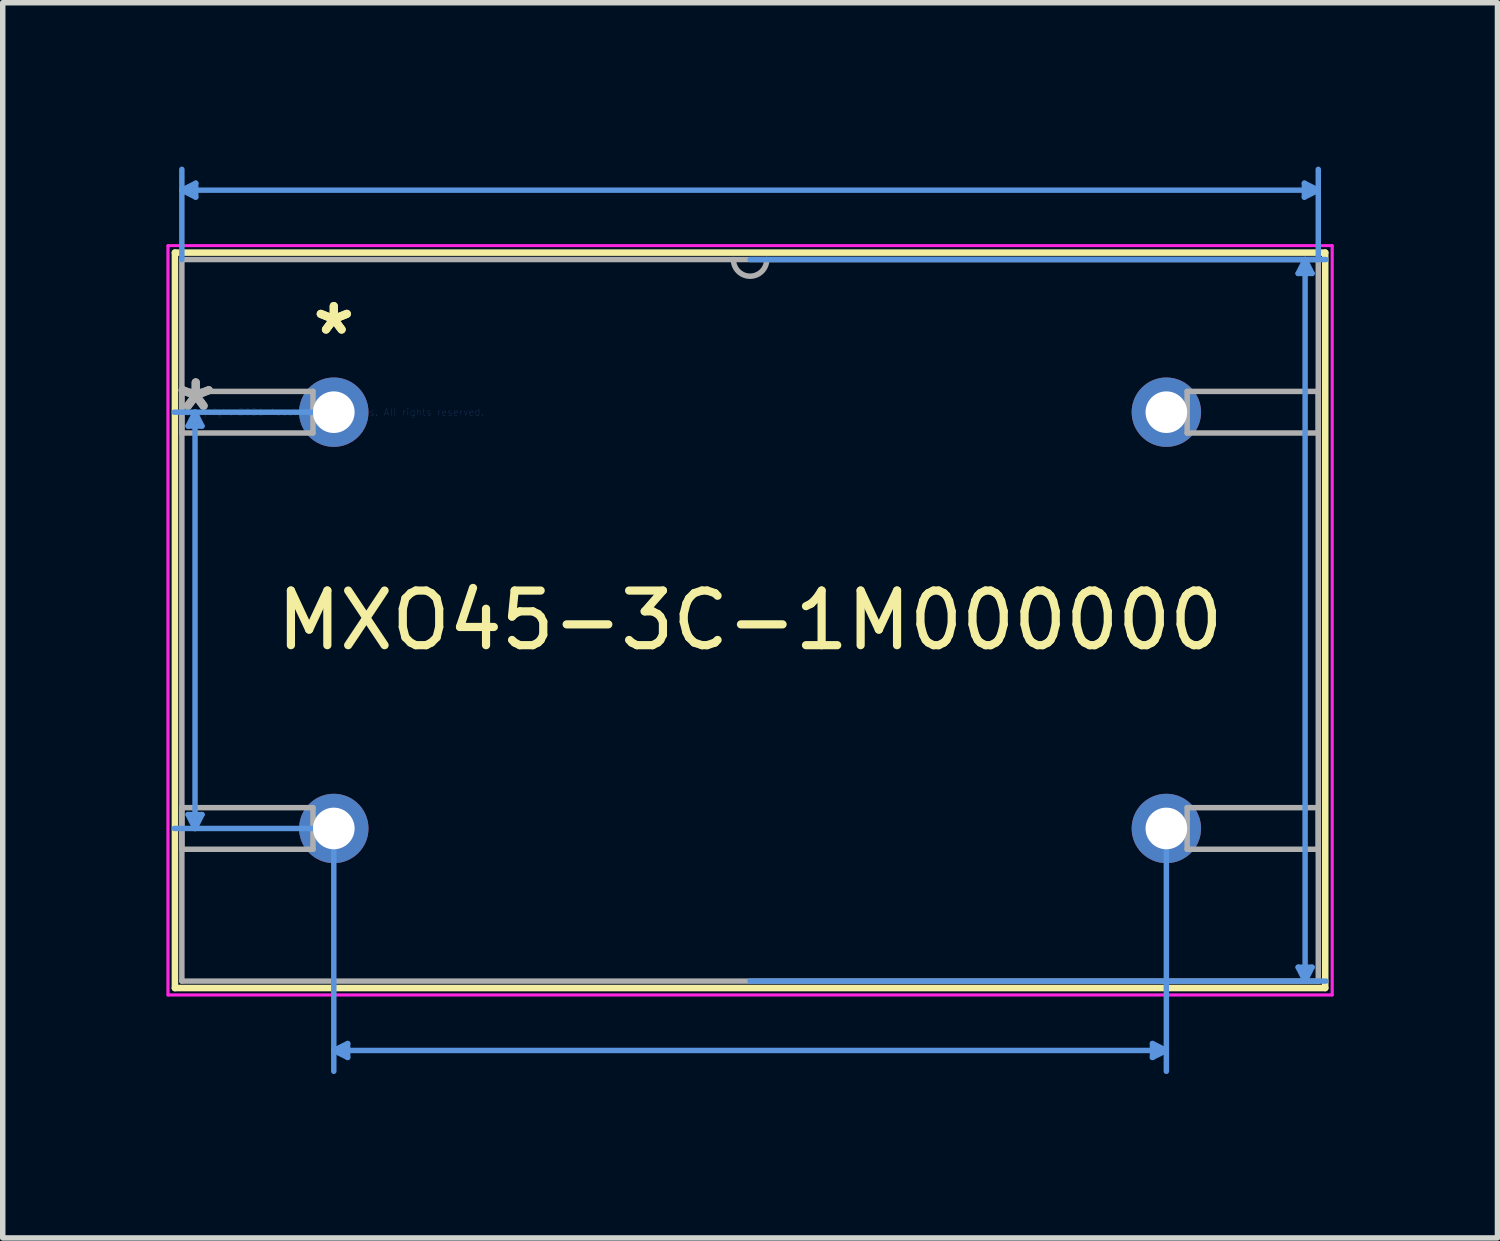
<source format=kicad_pcb>
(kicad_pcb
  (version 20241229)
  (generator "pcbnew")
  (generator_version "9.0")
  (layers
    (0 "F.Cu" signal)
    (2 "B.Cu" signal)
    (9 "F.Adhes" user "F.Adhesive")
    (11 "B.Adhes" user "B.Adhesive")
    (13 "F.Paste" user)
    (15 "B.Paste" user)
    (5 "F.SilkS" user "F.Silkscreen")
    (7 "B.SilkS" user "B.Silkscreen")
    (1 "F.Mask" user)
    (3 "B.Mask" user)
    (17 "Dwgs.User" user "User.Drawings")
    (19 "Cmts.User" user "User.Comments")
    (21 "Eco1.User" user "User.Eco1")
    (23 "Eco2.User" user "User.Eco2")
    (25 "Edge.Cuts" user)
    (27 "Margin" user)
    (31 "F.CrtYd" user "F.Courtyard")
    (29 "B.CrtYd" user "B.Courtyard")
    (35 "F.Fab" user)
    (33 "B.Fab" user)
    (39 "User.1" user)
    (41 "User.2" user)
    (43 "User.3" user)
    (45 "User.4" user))
  (footprint "MXO45-3C-1M000000"
    (layer "F.Cu")
    (at 3.06 4.495)
    (property "Reference" "MXO45-3C-1M000000" (at 7.62 3.81 0) (layer "F.SilkS") (effects (font (size 1 1) (thickness 0.15))))
    (attr through_hole)
    (fp_line (start -2.908 -2.921) (end -2.908 10.541) (stroke (width 0.12) (type solid)) (layer "F.SilkS"))
    (fp_line (start -2.908 10.541) (end 18.148 10.541) (stroke (width 0.12) (type solid)) (layer "F.SilkS"))
    (fp_line (start 18.148 -2.921) (end -2.908 -2.921) (stroke (width 0.12) (type solid)) (layer "F.SilkS"))
    (fp_line (start 18.148 10.541) (end 18.148 -2.921) (stroke (width 0.12) (type solid)) (layer "F.SilkS"))
    (fp_line (start -2.781 -4.064) (end -2.527 -4.191) (stroke (width 0.1) (type solid)) (layer "Cmts.User"))
    (fp_line (start -2.781 -4.064) (end -2.527 -3.937) (stroke (width 0.1) (type solid)) (layer "Cmts.User"))
    (fp_line (start -2.781 -4.064) (end 18.021 -4.064) (stroke (width 0.1) (type solid)) (layer "Cmts.User"))
    (fp_line (start -2.781 -2.794) (end -2.781 -4.445) (stroke (width 0.1) (type solid)) (layer "Cmts.User"))
    (fp_line (start -2.667 0.254) (end -2.413 0.254) (stroke (width 0.1) (type solid)) (layer "Cmts.User"))
    (fp_line (start -2.667 7.366) (end -2.413 7.366) (stroke (width 0.1) (type solid)) (layer "Cmts.User"))
    (fp_line (start -2.54 0) (end -2.667 0.254) (stroke (width 0.1) (type solid)) (layer "Cmts.User"))
    (fp_line (start -2.54 0) (end -2.54 7.62) (stroke (width 0.1) (type solid)) (layer "Cmts.User"))
    (fp_line (start -2.54 0) (end -2.413 0.254) (stroke (width 0.1) (type solid)) (layer "Cmts.User"))
    (fp_line (start -2.54 7.62) (end -2.667 7.366) (stroke (width 0.1) (type solid)) (layer "Cmts.User"))
    (fp_line (start -2.54 7.62) (end -2.413 7.366) (stroke (width 0.1) (type solid)) (layer "Cmts.User"))
    (fp_line (start -2.527 -4.191) (end -2.527 -3.937) (stroke (width 0.1) (type solid)) (layer "Cmts.User"))
    (fp_line (start 0 0) (end -2.921 0) (stroke (width 0.1) (type solid)) (layer "Cmts.User"))
    (fp_line (start 0 7.62) (end -2.921 7.62) (stroke (width 0.1) (type solid)) (layer "Cmts.User"))
    (fp_line (start 0 7.62) (end 0 12.065) (stroke (width 0.1) (type solid)) (layer "Cmts.User"))
    (fp_line (start 0 11.684) (end 0.254 11.557) (stroke (width 0.1) (type solid)) (layer "Cmts.User"))
    (fp_line (start 0 11.684) (end 0.254 11.811) (stroke (width 0.1) (type solid)) (layer "Cmts.User"))
    (fp_line (start 0 11.684) (end 15.24 11.684) (stroke (width 0.1) (type solid)) (layer "Cmts.User"))
    (fp_line (start 0.254 11.557) (end 0.254 11.811) (stroke (width 0.1) (type solid)) (layer "Cmts.User"))
    (fp_line (start 7.62 -2.794) (end 18.161 -2.794) (stroke (width 0.1) (type solid)) (layer "Cmts.User"))
    (fp_line (start 7.62 10.414) (end 18.161 10.414) (stroke (width 0.1) (type solid)) (layer "Cmts.User"))
    (fp_line (start 14.986 11.557) (end 14.986 11.811) (stroke (width 0.1) (type solid)) (layer "Cmts.User"))
    (fp_line (start 15.24 7.62) (end 15.24 12.065) (stroke (width 0.1) (type solid)) (layer "Cmts.User"))
    (fp_line (start 15.24 11.684) (end 14.986 11.557) (stroke (width 0.1) (type solid)) (layer "Cmts.User"))
    (fp_line (start 15.24 11.684) (end 14.986 11.811) (stroke (width 0.1) (type solid)) (layer "Cmts.User"))
    (fp_line (start 17.653 -2.54) (end 17.907 -2.54) (stroke (width 0.1) (type solid)) (layer "Cmts.User"))
    (fp_line (start 17.653 10.16) (end 17.907 10.16) (stroke (width 0.1) (type solid)) (layer "Cmts.User"))
    (fp_line (start 17.767 -4.191) (end 17.767 -3.937) (stroke (width 0.1) (type solid)) (layer "Cmts.User"))
    (fp_line (start 17.78 -2.794) (end 17.653 -2.54) (stroke (width 0.1) (type solid)) (layer "Cmts.User"))
    (fp_line (start 17.78 -2.794) (end 17.78 10.414) (stroke (width 0.1) (type solid)) (layer "Cmts.User"))
    (fp_line (start 17.78 -2.794) (end 17.907 -2.54) (stroke (width 0.1) (type solid)) (layer "Cmts.User"))
    (fp_line (start 17.78 10.414) (end 17.653 10.16) (stroke (width 0.1) (type solid)) (layer "Cmts.User"))
    (fp_line (start 17.78 10.414) (end 17.907 10.16) (stroke (width 0.1) (type solid)) (layer "Cmts.User"))
    (fp_line (start 18.021 -4.064) (end 17.767 -4.191) (stroke (width 0.1) (type solid)) (layer "Cmts.User"))
    (fp_line (start 18.021 -4.064) (end 17.767 -3.937) (stroke (width 0.1) (type solid)) (layer "Cmts.User"))
    (fp_line (start 18.021 -2.794) (end 18.021 -4.445) (stroke (width 0.1) (type solid)) (layer "Cmts.User"))
    (fp_line (start -3.035 -3.048) (end -3.035 10.668) (stroke (width 0.05) (type solid)) (layer "F.CrtYd"))
    (fp_line (start -3.035 -3.048) (end 18.275 -3.048) (stroke (width 0.05) (type solid)) (layer "F.CrtYd"))
    (fp_line (start -3.035 10.668) (end -3.035 -3.048) (stroke (width 0.05) (type solid)) (layer "F.CrtYd"))
    (fp_line (start -3.035 10.668) (end 18.275 10.668) (stroke (width 0.05) (type solid)) (layer "F.CrtYd"))
    (fp_line (start 18.275 -3.048) (end -3.035 -3.048) (stroke (width 0.05) (type solid)) (layer "F.CrtYd"))
    (fp_line (start 18.275 -3.048) (end 18.275 10.668) (stroke (width 0.05) (type solid)) (layer "F.CrtYd"))
    (fp_line (start 18.275 10.668) (end -3.035 10.668) (stroke (width 0.05) (type solid)) (layer "F.CrtYd"))
    (fp_line (start 18.275 10.668) (end 18.275 -3.048) (stroke (width 0.05) (type solid)) (layer "F.CrtYd"))
    (fp_line (start -2.781 -2.794) (end -2.781 10.414) (stroke (width 0.1) (type solid)) (layer "F.Fab"))
    (fp_line (start -2.781 -0.381) (end -0.381 -0.381) (stroke (width 0.1) (type solid)) (layer "F.Fab"))
    (fp_line (start -2.781 0.381) (end -2.781 -0.381) (stroke (width 0.1) (type solid)) (layer "F.Fab"))
    (fp_line (start -2.781 7.239) (end -0.381 7.239) (stroke (width 0.1) (type solid)) (layer "F.Fab"))
    (fp_line (start -2.781 8.001) (end -2.781 7.239) (stroke (width 0.1) (type solid)) (layer "F.Fab"))
    (fp_line (start -2.781 10.414) (end 18.021 10.414) (stroke (width 0.1) (type solid)) (layer "F.Fab"))
    (fp_line (start -0.381 -0.381) (end -0.381 0.381) (stroke (width 0.1) (type solid)) (layer "F.Fab"))
    (fp_line (start -0.381 0.381) (end -2.781 0.381) (stroke (width 0.1) (type solid)) (layer "F.Fab"))
    (fp_line (start -0.381 7.239) (end -0.381 8.001) (stroke (width 0.1) (type solid)) (layer "F.Fab"))
    (fp_line (start -0.381 8.001) (end -2.781 8.001) (stroke (width 0.1) (type solid)) (layer "F.Fab"))
    (fp_line (start 15.621 -0.381) (end 18.021 -0.381) (stroke (width 0.1) (type solid)) (layer "F.Fab"))
    (fp_line (start 15.621 0.381) (end 15.621 -0.381) (stroke (width 0.1) (type solid)) (layer "F.Fab"))
    (fp_line (start 15.621 7.239) (end 18.021 7.239) (stroke (width 0.1) (type solid)) (layer "F.Fab"))
    (fp_line (start 15.621 8.001) (end 15.621 7.239) (stroke (width 0.1) (type solid)) (layer "F.Fab"))
    (fp_line (start 18.021 -2.794) (end -2.781 -2.794) (stroke (width 0.1) (type solid)) (layer "F.Fab"))
    (fp_line (start 18.021 -0.381) (end 18.021 0.381) (stroke (width 0.1) (type solid)) (layer "F.Fab"))
    (fp_line (start 18.021 0.381) (end 15.621 0.381) (stroke (width 0.1) (type solid)) (layer "F.Fab"))
    (fp_line (start 18.021 7.239) (end 18.021 8.001) (stroke (width 0.1) (type solid)) (layer "F.Fab"))
    (fp_line (start 18.021 8.001) (end 15.621 8.001) (stroke (width 0.1) (type solid)) (layer "F.Fab"))
    (fp_line (start 18.021 10.414) (end 18.021 -2.794) (stroke (width 0.1) (type solid)) (layer "F.Fab"))
    (fp_arc (start 7.9248 -2.794) (mid 7.62 -2.4892) (end 7.3152 -2.794) (stroke (width 0.1) (type solid)) (layer "F.Fab"))
    (fp_text user "*" (at 0 -1.397 0) (layer "F.SilkS") (effects (font (size 1 1) (thickness 0.15))))
    (fp_text user "*" (at 0 -1.397 0) (layer "F.SilkS") (effects (font (size 1 1) (thickness 0.15))))
    (fp_text user "Copyright 2021 Accelerated Designs. All rights reserved." (at 0 0 0) (layer "Cmts.User") (effects (font (size 0.127 0.127) (thickness 0.002))))
    (fp_text user "*" (at -2.527 0 0) (layer "F.Fab") (effects (font (size 1 1) (thickness 0.15))))
    (fp_text user "*" (at -2.527 0 0) (layer "F.Fab") (effects (font (size 1 1) (thickness 0.15))))
    (pad "1" thru_hole circle (at 0 0) (size 1.27 1.27) (drill 0.762) (layers "*.Cu" "*.Mask"))
    (pad "2" thru_hole circle (at 0 7.62) (size 1.27 1.27) (drill 0.762) (layers "*.Cu" "*.Mask"))
    (pad "3" thru_hole circle (at 15.24 7.62) (size 1.27 1.27) (drill 0.762) (layers "*.Cu" "*.Mask"))
    (pad "4" thru_hole circle (at 15.24 0) (size 1.27 1.27) (drill 0.762) (layers "*.Cu" "*.Mask")))
  (gr_rect
    (start -3 -3)
    (end 24.361 19.61)
    (stroke (width 0.1) (type default))
    (fill no)
    (layer "Edge.Cuts")))
</source>
